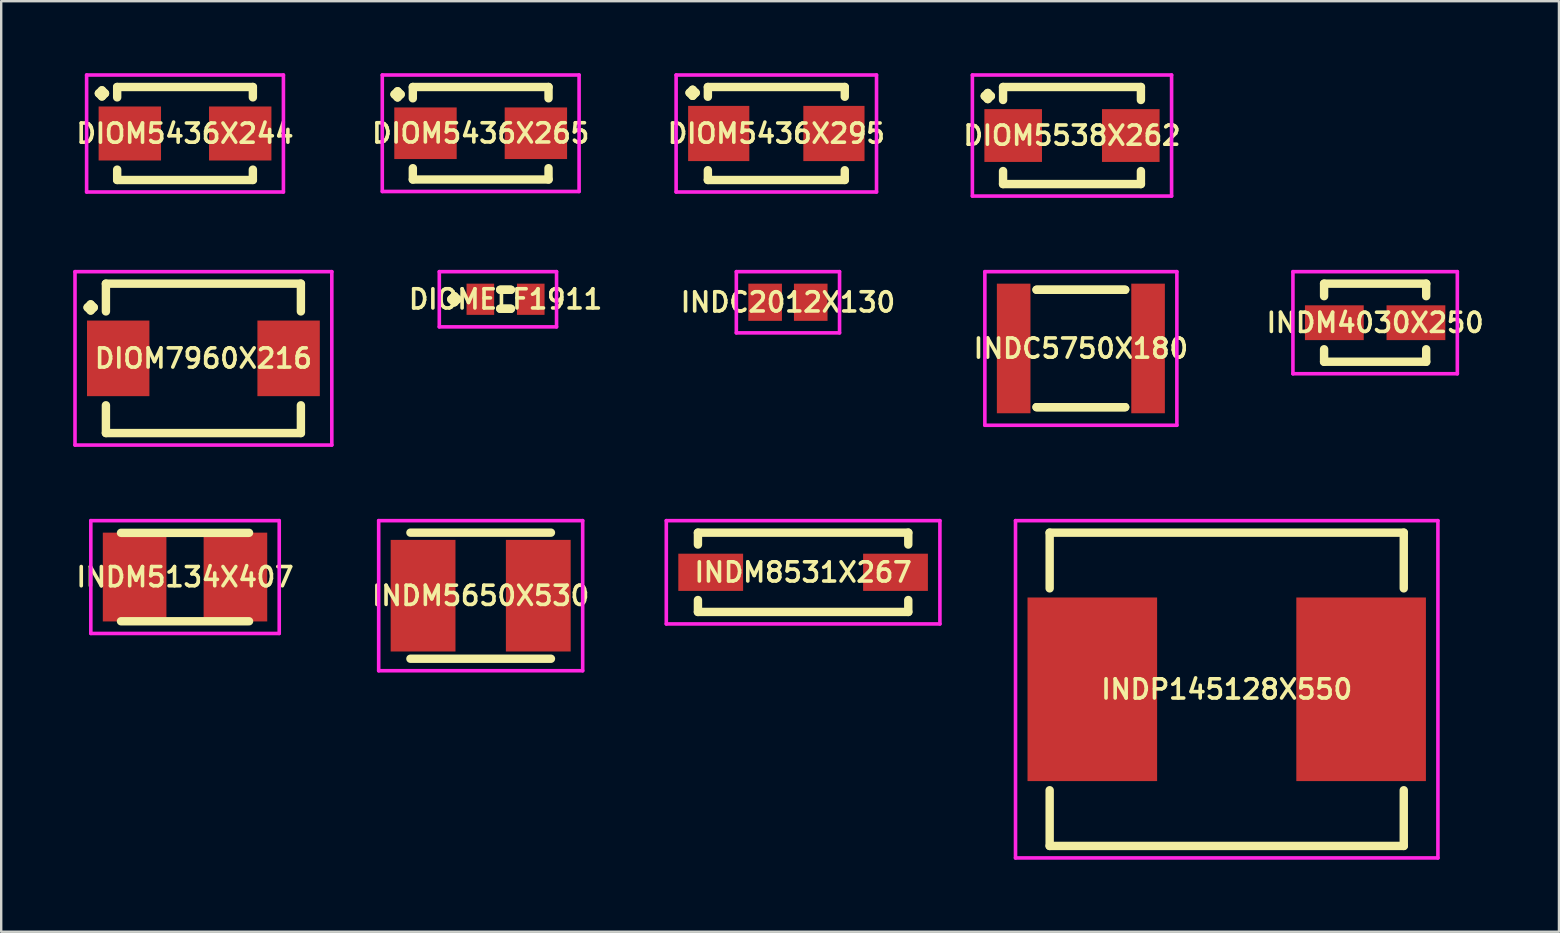
<source format=kicad_pcb>
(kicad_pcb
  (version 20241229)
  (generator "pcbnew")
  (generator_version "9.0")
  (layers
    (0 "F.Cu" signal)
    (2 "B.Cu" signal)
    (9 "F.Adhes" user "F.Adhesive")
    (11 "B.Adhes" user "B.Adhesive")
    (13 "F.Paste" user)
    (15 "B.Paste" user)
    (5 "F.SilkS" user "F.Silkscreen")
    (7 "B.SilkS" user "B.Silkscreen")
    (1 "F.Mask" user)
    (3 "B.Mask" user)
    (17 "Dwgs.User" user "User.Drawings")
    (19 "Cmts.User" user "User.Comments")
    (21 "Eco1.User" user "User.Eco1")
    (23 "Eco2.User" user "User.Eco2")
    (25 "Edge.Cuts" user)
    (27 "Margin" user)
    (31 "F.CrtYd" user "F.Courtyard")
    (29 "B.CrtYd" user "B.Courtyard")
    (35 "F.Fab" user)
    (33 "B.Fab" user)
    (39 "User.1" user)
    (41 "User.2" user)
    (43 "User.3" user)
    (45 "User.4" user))
  (footprint "DIOM5436X244"
    (layer "F.Cu")
    (at 4.659 2.512)
    (property "Reference" "DIOM5436X244" (at 0 0 0) (layer "F.SilkS") (effects (font (size 0.8 0.8) (thickness 0.15))))
    (attr smd)
    (fp_line (start -3.589 -1.671) (end -3.462 -1.798) (stroke (width 0.35) (type solid)) (layer "F.SilkS"))
    (fp_line (start -3.462 -1.798) (end -3.335 -1.671) (stroke (width 0.35) (type solid)) (layer "F.SilkS"))
    (fp_line (start -3.462 -1.544) (end -3.589 -1.671) (stroke (width 0.35) (type solid)) (layer "F.SilkS"))
    (fp_line (start -3.335 -1.671) (end -3.462 -1.544) (stroke (width 0.35) (type solid)) (layer "F.SilkS"))
    (fp_line (start -2.827 -1.937) (end 2.827 -1.937) (stroke (width 0.35) (type solid)) (layer "F.SilkS"))
    (fp_line (start -2.827 -1.506) (end -2.827 -1.937) (stroke (width 0.35) (type solid)) (layer "F.SilkS"))
    (fp_line (start -2.827 1.506) (end -2.827 1.937) (stroke (width 0.35) (type solid)) (layer "F.SilkS"))
    (fp_line (start -2.827 1.937) (end 2.827 1.937) (stroke (width 0.35) (type solid)) (layer "F.SilkS"))
    (fp_line (start 2.827 -1.937) (end 2.827 -1.506) (stroke (width 0.35) (type solid)) (layer "F.SilkS"))
    (fp_line (start 2.827 1.937) (end 2.827 1.506) (stroke (width 0.35) (type solid)) (layer "F.SilkS"))
    (fp_line (start -4.1 -2.437) (end 4.1 -2.437) (stroke (width 0.15) (type solid)) (layer "F.CrtYd"))
    (fp_line (start -4.1 2.437) (end -4.1 -2.437) (stroke (width 0.15) (type solid)) (layer "F.CrtYd"))
    (fp_line (start 4.1 -2.437) (end 4.1 2.437) (stroke (width 0.15) (type solid)) (layer "F.CrtYd"))
    (fp_line (start 4.1 2.437) (end -4.1 2.437) (stroke (width 0.15) (type solid)) (layer "F.CrtYd"))
    (pad "1" smd rect (at -2.3 0) (size 2.6 2.25) (layers "F.Cu" "F.Mask" "F.Paste"))
    (pad "2" smd rect (at 2.3 0) (size 2.6 2.25) (layers "F.Cu" "F.Mask" "F.Paste")))
  (footprint "INDM4030X250"
    (layer "F.Cu")
    (at 54.246 10.396)
    (property "Reference" "INDM4030X250" (at 0 0 0) (layer "F.SilkS") (effects (font (size 0.8 0.8) (thickness 0.15))))
    (attr through_hole)
    (fp_line (start -2.127 -1.627) (end 2.127 -1.627) (stroke (width 0.35) (type solid)) (layer "F.SilkS"))
    (fp_line (start -2.127 -1.106) (end -2.127 -1.627) (stroke (width 0.35) (type solid)) (layer "F.SilkS"))
    (fp_line (start -2.127 1.106) (end -2.127 1.627) (stroke (width 0.35) (type solid)) (layer "F.SilkS"))
    (fp_line (start -2.127 1.627) (end 2.127 1.627) (stroke (width 0.35) (type solid)) (layer "F.SilkS"))
    (fp_line (start 2.127 -1.627) (end 2.127 -1.106) (stroke (width 0.35) (type solid)) (layer "F.SilkS"))
    (fp_line (start 2.127 1.627) (end 2.127 1.106) (stroke (width 0.35) (type solid)) (layer "F.SilkS"))
    (fp_line (start -3.425 -2.127) (end 3.425 -2.127) (stroke (width 0.15) (type solid)) (layer "F.CrtYd"))
    (fp_line (start -3.425 2.127) (end -3.425 -2.127) (stroke (width 0.15) (type solid)) (layer "F.CrtYd"))
    (fp_line (start 3.425 -2.127) (end 3.425 2.127) (stroke (width 0.15) (type solid)) (layer "F.CrtYd"))
    (fp_line (start 3.425 2.127) (end -3.425 2.127) (stroke (width 0.15) (type solid)) (layer "F.CrtYd"))
    (pad "1" smd rect (at -1.7 0) (size 2.45 1.45) (layers "F.Cu" "F.Mask" "F.Paste"))
    (pad "2" smd rect (at 1.7 0) (size 2.45 1.45) (layers "F.Cu" "F.Mask" "F.Paste")))
  (footprint "INDM5134X407"
    (layer "F.Cu")
    (at 4.659 20.993)
    (property "Reference" "INDM5134X407" (at 0 0 0) (layer "F.SilkS") (effects (font (size 0.8 0.8) (thickness 0.15))))
    (attr smd)
    (fp_line (start -2.667 -1.842) (end 2.667 -1.842) (stroke (width 0.35) (type solid)) (layer "F.SilkS"))
    (fp_line (start -2.667 1.842) (end 2.667 1.842) (stroke (width 0.35) (type solid)) (layer "F.SilkS"))
    (fp_line (start -3.925 -2.35) (end 3.925 -2.35) (stroke (width 0.15) (type solid)) (layer "F.CrtYd"))
    (fp_line (start -3.925 2.35) (end -3.925 -2.35) (stroke (width 0.15) (type solid)) (layer "F.CrtYd"))
    (fp_line (start 3.925 -2.35) (end 3.925 2.35) (stroke (width 0.15) (type solid)) (layer "F.CrtYd"))
    (fp_line (start 3.925 2.35) (end -3.925 2.35) (stroke (width 0.15) (type solid)) (layer "F.CrtYd"))
    (pad "1" smd rect (at -2.1 0) (size 2.65 3.7) (layers "F.Cu" "F.Mask" "F.Paste"))
    (pad "2" smd rect (at 2.1 0) (size 2.65 3.7) (layers "F.Cu" "F.Mask" "F.Paste")))
  (footprint "INDM5650X530"
    (layer "F.Cu")
    (at 16.978 21.77)
    (property "Reference" "INDM5650X530" (at 0 0 0) (layer "F.SilkS") (effects (font (size 0.8 0.8) (thickness 0.15))))
    (attr smd)
    (fp_line (start -2.927 -2.627) (end 2.927 -2.627) (stroke (width 0.35) (type solid)) (layer "F.SilkS"))
    (fp_line (start -2.927 2.627) (end 2.927 2.627) (stroke (width 0.35) (type solid)) (layer "F.SilkS"))
    (fp_line (start -4.25 -3.127) (end 4.25 -3.127) (stroke (width 0.15) (type solid)) (layer "F.CrtYd"))
    (fp_line (start -4.25 3.127) (end -4.25 -3.127) (stroke (width 0.15) (type solid)) (layer "F.CrtYd"))
    (fp_line (start 4.25 -3.127) (end 4.25 3.127) (stroke (width 0.15) (type solid)) (layer "F.CrtYd"))
    (fp_line (start 4.25 3.127) (end -4.25 3.127) (stroke (width 0.15) (type solid)) (layer "F.CrtYd"))
    (pad "1" smd rect (at -2.4 0) (size 2.7 4.65) (layers "F.Cu" "F.Mask" "F.Paste"))
    (pad "2" smd rect (at 2.4 0) (size 2.7 4.65) (layers "F.Cu" "F.Mask" "F.Paste")))
  (footprint "INDP145128X550"
    (layer "F.Cu")
    (at 48.062 25.67)
    (property "Reference" "INDP145128X550" (at 0 0 0) (layer "F.SilkS") (effects (font (size 0.8 0.8) (thickness 0.15))))
    (attr through_hole)
    (fp_line (start -7.377 -6.527) (end 7.377 -6.527) (stroke (width 0.35) (type solid)) (layer "F.SilkS"))
    (fp_line (start -7.377 -4.206) (end -7.377 -6.527) (stroke (width 0.35) (type solid)) (layer "F.SilkS"))
    (fp_line (start -7.377 4.206) (end -7.377 6.527) (stroke (width 0.35) (type solid)) (layer "F.SilkS"))
    (fp_line (start -7.377 6.527) (end 7.377 6.527) (stroke (width 0.35) (type solid)) (layer "F.SilkS"))
    (fp_line (start 7.377 -6.527) (end 7.377 -4.206) (stroke (width 0.35) (type solid)) (layer "F.SilkS"))
    (fp_line (start 7.377 6.527) (end 7.377 4.206) (stroke (width 0.35) (type solid)) (layer "F.SilkS"))
    (fp_line (start -8.8 -7.027) (end 8.8 -7.027) (stroke (width 0.15) (type solid)) (layer "F.CrtYd"))
    (fp_line (start -8.8 7.027) (end -8.8 -7.027) (stroke (width 0.15) (type solid)) (layer "F.CrtYd"))
    (fp_line (start 8.8 -7.027) (end 8.8 7.027) (stroke (width 0.15) (type solid)) (layer "F.CrtYd"))
    (fp_line (start 8.8 7.027) (end -8.8 7.027) (stroke (width 0.15) (type solid)) (layer "F.CrtYd"))
    (pad "1" smd rect (at -5.6 0) (size 5.4 7.65) (layers "F.Cu" "F.Mask" "F.Paste"))
    (pad "2" smd rect (at 5.6 0) (size 5.4 7.65) (layers "F.Cu" "F.Mask" "F.Paste")))
  (footprint "DIOM7960X216"
    (layer "F.Cu")
    (at 5.425 11.881)
    (property "Reference" "DIOM7960X216" (at 0 0 0) (layer "F.SilkS") (effects (font (size 0.8 0.8) (thickness 0.15))))
    (attr smd)
    (fp_line (start -4.824 -2.121) (end -4.697 -2.248) (stroke (width 0.35) (type solid)) (layer "F.SilkS"))
    (fp_line (start -4.697 -2.248) (end -4.57 -2.121) (stroke (width 0.35) (type solid)) (layer "F.SilkS"))
    (fp_line (start -4.697 -1.994) (end -4.824 -2.121) (stroke (width 0.35) (type solid)) (layer "F.SilkS"))
    (fp_line (start -4.57 -2.121) (end -4.697 -1.994) (stroke (width 0.35) (type solid)) (layer "F.SilkS"))
    (fp_line (start -4.062 -3.112) (end 4.062 -3.112) (stroke (width 0.35) (type solid)) (layer "F.SilkS"))
    (fp_line (start -4.062 -1.956) (end -4.062 -3.112) (stroke (width 0.35) (type solid)) (layer "F.SilkS"))
    (fp_line (start -4.062 1.956) (end -4.062 3.112) (stroke (width 0.35) (type solid)) (layer "F.SilkS"))
    (fp_line (start -4.062 3.112) (end 4.062 3.112) (stroke (width 0.35) (type solid)) (layer "F.SilkS"))
    (fp_line (start 4.062 -3.112) (end 4.062 -1.956) (stroke (width 0.35) (type solid)) (layer "F.SilkS"))
    (fp_line (start 4.062 3.112) (end 4.062 1.956) (stroke (width 0.35) (type solid)) (layer "F.SilkS"))
    (fp_line (start -5.35 -3.612) (end 5.35 -3.612) (stroke (width 0.15) (type solid)) (layer "F.CrtYd"))
    (fp_line (start -5.35 3.612) (end -5.35 -3.612) (stroke (width 0.15) (type solid)) (layer "F.CrtYd"))
    (fp_line (start 5.35 -3.612) (end 5.35 3.612) (stroke (width 0.15) (type solid)) (layer "F.CrtYd"))
    (fp_line (start 5.35 3.612) (end -5.35 3.612) (stroke (width 0.15) (type solid)) (layer "F.CrtYd"))
    (pad "1" smd rect (at -3.55 0) (size 2.6 3.15) (layers "F.Cu" "F.Mask" "F.Paste"))
    (pad "2" smd rect (at 3.55 0) (size 2.6 3.15) (layers "F.Cu" "F.Mask" "F.Paste")))
  (footprint "INDM8531X267"
    (layer "F.Cu")
    (at 30.412 20.795)
    (property "Reference" "INDM8531X267" (at 0 0 0) (layer "F.SilkS") (effects (font (size 0.8 0.8) (thickness 0.15))))
    (attr smd)
    (fp_line (start -4.382 -1.652) (end 4.382 -1.652) (stroke (width 0.35) (type solid)) (layer "F.SilkS"))
    (fp_line (start -4.382 -1.156) (end -4.382 -1.652) (stroke (width 0.35) (type solid)) (layer "F.SilkS"))
    (fp_line (start -4.382 1.156) (end -4.382 1.652) (stroke (width 0.35) (type solid)) (layer "F.SilkS"))
    (fp_line (start -4.382 1.652) (end 4.382 1.652) (stroke (width 0.35) (type solid)) (layer "F.SilkS"))
    (fp_line (start 4.382 -1.652) (end 4.382 -1.156) (stroke (width 0.35) (type solid)) (layer "F.SilkS"))
    (fp_line (start 4.382 1.652) (end 4.382 1.156) (stroke (width 0.35) (type solid)) (layer "F.SilkS"))
    (fp_line (start -5.7 -2.152) (end 5.7 -2.152) (stroke (width 0.15) (type solid)) (layer "F.CrtYd"))
    (fp_line (start -5.7 2.152) (end -5.7 -2.152) (stroke (width 0.15) (type solid)) (layer "F.CrtYd"))
    (fp_line (start 5.7 -2.152) (end 5.7 2.152) (stroke (width 0.15) (type solid)) (layer "F.CrtYd"))
    (fp_line (start 5.7 2.152) (end -5.7 2.152) (stroke (width 0.15) (type solid)) (layer "F.CrtYd"))
    (pad "1" smd rect (at -3.85 0) (size 2.7 1.55) (layers "F.Cu" "F.Mask" "F.Paste"))
    (pad "2" smd rect (at 3.85 0) (size 2.7 1.55) (layers "F.Cu" "F.Mask" "F.Paste")))
  (footprint "DIOMELF1911"
    (layer "F.Cu")
    (at 18.014 9.419)
    (property "Reference" "DIOMELF1911" (at 0 0 0) (layer "F.SilkS") (effects (font (size 0.8 0.8) (thickness 0.15))))
    (attr smd)
    (fp_line (start -2.26 0) (end -2.133 -0.127) (stroke (width 0.35) (type solid)) (layer "F.SilkS"))
    (fp_line (start -2.133 -0.127) (end -2.006 0) (stroke (width 0.35) (type solid)) (layer "F.SilkS"))
    (fp_line (start -2.133 0.127) (end -2.26 0) (stroke (width 0.35) (type solid)) (layer "F.SilkS"))
    (fp_line (start -2.006 0) (end -2.133 0.127) (stroke (width 0.35) (type solid)) (layer "F.SilkS"))
    (fp_line (start -0.221 -0.396) (end 0.221 -0.396) (stroke (width 0.35) (type solid)) (layer "F.SilkS"))
    (fp_line (start -0.221 0.396) (end 0.221 0.396) (stroke (width 0.35) (type solid)) (layer "F.SilkS"))
    (fp_line (start 0.221 -0.396) (end -0.221 -0.396) (stroke (width 0.35) (type solid)) (layer "F.SilkS"))
    (fp_line (start 0.221 0.396) (end -0.221 0.396) (stroke (width 0.35) (type solid)) (layer "F.SilkS"))
    (fp_line (start -2.76 -1.15) (end 2.125 -1.15) (stroke (width 0.15) (type solid)) (layer "F.CrtYd"))
    (fp_line (start -2.76 1.15) (end -2.76 -1.15) (stroke (width 0.15) (type solid)) (layer "F.CrtYd"))
    (fp_line (start 2.125 -1.15) (end 2.125 1.15) (stroke (width 0.15) (type solid)) (layer "F.CrtYd"))
    (fp_line (start 2.125 1.15) (end -2.76 1.15) (stroke (width 0.15) (type solid)) (layer "F.CrtYd"))
    (pad "1" smd rect (at -1.05 0) (size 1.15 1.3) (layers "F.Cu" "F.Mask" "F.Paste"))
    (pad "2" smd rect (at 1.05 0) (size 1.15 1.3) (layers "F.Cu" "F.Mask" "F.Paste")))
  (footprint "INDC5750X180"
    (layer "F.Cu")
    (at 41.985 11.469)
    (property "Reference" "INDC5750X180" (at 0 0 0) (layer "F.SilkS") (effects (font (size 0.8 0.8) (thickness 0.15))))
    (attr through_hole)
    (fp_line (start -1.846 -2.446) (end 1.846 -2.446) (stroke (width 0.35) (type solid)) (layer "F.SilkS"))
    (fp_line (start -1.846 2.446) (end 1.846 2.446) (stroke (width 0.35) (type solid)) (layer "F.SilkS"))
    (fp_line (start 1.846 -2.446) (end -1.846 -2.446) (stroke (width 0.35) (type solid)) (layer "F.SilkS"))
    (fp_line (start 1.846 2.446) (end -1.846 2.446) (stroke (width 0.35) (type solid)) (layer "F.SilkS"))
    (fp_line (start -4 -3.2) (end 4 -3.2) (stroke (width 0.15) (type solid)) (layer "F.CrtYd"))
    (fp_line (start -4 3.2) (end -4 -3.2) (stroke (width 0.15) (type solid)) (layer "F.CrtYd"))
    (fp_line (start 4 -3.2) (end 4 3.2) (stroke (width 0.15) (type solid)) (layer "F.CrtYd"))
    (fp_line (start 4 3.2) (end -4 3.2) (stroke (width 0.15) (type solid)) (layer "F.CrtYd"))
    (pad "1" smd rect (at -2.8 0) (size 1.4 5.4) (layers "F.Cu" "F.Mask" "F.Paste"))
    (pad "2" smd rect (at 2.8 0) (size 1.4 5.4) (layers "F.Cu" "F.Mask" "F.Paste")))
  (footprint "DIOM5436X295"
    (layer "F.Cu")
    (at 29.296 2.512)
    (property "Reference" "DIOM5436X295" (at 0 0 0) (layer "F.SilkS") (effects (font (size 0.8 0.8) (thickness 0.15))))
    (attr smd)
    (fp_line (start -3.614 -1.696) (end -3.487 -1.823) (stroke (width 0.35) (type solid)) (layer "F.SilkS"))
    (fp_line (start -3.487 -1.823) (end -3.36 -1.696) (stroke (width 0.35) (type solid)) (layer "F.SilkS"))
    (fp_line (start -3.487 -1.569) (end -3.614 -1.696) (stroke (width 0.35) (type solid)) (layer "F.SilkS"))
    (fp_line (start -3.36 -1.696) (end -3.487 -1.569) (stroke (width 0.35) (type solid)) (layer "F.SilkS"))
    (fp_line (start -2.852 -1.937) (end 2.852 -1.937) (stroke (width 0.35) (type solid)) (layer "F.SilkS"))
    (fp_line (start -2.852 -1.531) (end -2.852 -1.937) (stroke (width 0.35) (type solid)) (layer "F.SilkS"))
    (fp_line (start -2.852 1.531) (end -2.852 1.937) (stroke (width 0.35) (type solid)) (layer "F.SilkS"))
    (fp_line (start -2.852 1.937) (end 2.852 1.937) (stroke (width 0.35) (type solid)) (layer "F.SilkS"))
    (fp_line (start 2.852 -1.937) (end 2.852 -1.531) (stroke (width 0.35) (type solid)) (layer "F.SilkS"))
    (fp_line (start 2.852 1.937) (end 2.852 1.531) (stroke (width 0.35) (type solid)) (layer "F.SilkS"))
    (fp_line (start -4.175 -2.437) (end 4.175 -2.437) (stroke (width 0.15) (type solid)) (layer "F.CrtYd"))
    (fp_line (start -4.175 2.437) (end -4.175 -2.437) (stroke (width 0.15) (type solid)) (layer "F.CrtYd"))
    (fp_line (start 4.175 -2.437) (end 4.175 2.437) (stroke (width 0.15) (type solid)) (layer "F.CrtYd"))
    (fp_line (start 4.175 2.437) (end -4.175 2.437) (stroke (width 0.15) (type solid)) (layer "F.CrtYd"))
    (pad "1" smd rect (at -2.4 0) (size 2.55 2.3) (layers "F.Cu" "F.Mask" "F.Paste"))
    (pad "2" smd rect (at 2.4 0) (size 2.55 2.3) (layers "F.Cu" "F.Mask" "F.Paste")))
  (footprint "DIOM5538X262"
    (layer "F.Cu")
    (at 41.615 2.597)
    (property "Reference" "DIOM5538X262" (at 0 0 0) (layer "F.SilkS") (effects (font (size 0.8 0.8) (thickness 0.15))))
    (attr through_hole)
    (fp_line (start -3.634 -1.646) (end -3.507 -1.773) (stroke (width 0.35) (type solid)) (layer "F.SilkS"))
    (fp_line (start -3.507 -1.773) (end -3.38 -1.646) (stroke (width 0.35) (type solid)) (layer "F.SilkS"))
    (fp_line (start -3.507 -1.519) (end -3.634 -1.646) (stroke (width 0.35) (type solid)) (layer "F.SilkS"))
    (fp_line (start -3.38 -1.646) (end -3.507 -1.519) (stroke (width 0.35) (type solid)) (layer "F.SilkS"))
    (fp_line (start -2.872 -2.022) (end 2.872 -2.022) (stroke (width 0.35) (type solid)) (layer "F.SilkS"))
    (fp_line (start -2.872 -1.481) (end -2.872 -2.022) (stroke (width 0.35) (type solid)) (layer "F.SilkS"))
    (fp_line (start -2.872 1.481) (end -2.872 2.022) (stroke (width 0.35) (type solid)) (layer "F.SilkS"))
    (fp_line (start -2.872 2.022) (end 2.872 2.022) (stroke (width 0.35) (type solid)) (layer "F.SilkS"))
    (fp_line (start 2.872 -2.022) (end 2.872 -1.481) (stroke (width 0.35) (type solid)) (layer "F.SilkS"))
    (fp_line (start 2.872 2.022) (end 2.872 1.481) (stroke (width 0.35) (type solid)) (layer "F.SilkS"))
    (fp_line (start -4.15 -2.522) (end 4.15 -2.522) (stroke (width 0.15) (type solid)) (layer "F.CrtYd"))
    (fp_line (start -4.15 2.522) (end -4.15 -2.522) (stroke (width 0.15) (type solid)) (layer "F.CrtYd"))
    (fp_line (start 4.15 -2.522) (end 4.15 2.522) (stroke (width 0.15) (type solid)) (layer "F.CrtYd"))
    (fp_line (start 4.15 2.522) (end -4.15 2.522) (stroke (width 0.15) (type solid)) (layer "F.CrtYd"))
    (pad "1" smd rect (at -2.45 0) (size 2.4 2.2) (layers "F.Cu" "F.Mask" "F.Paste"))
    (pad "2" smd rect (at 2.45 0) (size 2.4 2.2) (layers "F.Cu" "F.Mask" "F.Paste")))
  (footprint "DIOM5436X265"
    (layer "F.Cu")
    (at 16.978 2.502)
    (property "Reference" "DIOM5436X265" (at 0 0 0) (layer "F.SilkS") (effects (font (size 0.8 0.8) (thickness 0.15))))
    (attr smd)
    (fp_line (start -3.589 -1.621) (end -3.462 -1.748) (stroke (width 0.35) (type solid)) (layer "F.SilkS"))
    (fp_line (start -3.462 -1.748) (end -3.335 -1.621) (stroke (width 0.35) (type solid)) (layer "F.SilkS"))
    (fp_line (start -3.462 -1.494) (end -3.589 -1.621) (stroke (width 0.35) (type solid)) (layer "F.SilkS"))
    (fp_line (start -3.335 -1.621) (end -3.462 -1.494) (stroke (width 0.35) (type solid)) (layer "F.SilkS"))
    (fp_line (start -2.827 -1.927) (end 2.827 -1.927) (stroke (width 0.35) (type solid)) (layer "F.SilkS"))
    (fp_line (start -2.827 -1.456) (end -2.827 -1.927) (stroke (width 0.35) (type solid)) (layer "F.SilkS"))
    (fp_line (start -2.827 1.456) (end -2.827 1.927) (stroke (width 0.35) (type solid)) (layer "F.SilkS"))
    (fp_line (start -2.827 1.927) (end 2.827 1.927) (stroke (width 0.35) (type solid)) (layer "F.SilkS"))
    (fp_line (start 2.827 -1.927) (end 2.827 -1.456) (stroke (width 0.35) (type solid)) (layer "F.SilkS"))
    (fp_line (start 2.827 1.927) (end 2.827 1.456) (stroke (width 0.35) (type solid)) (layer "F.SilkS"))
    (fp_line (start -4.1 -2.427) (end 4.1 -2.427) (stroke (width 0.15) (type solid)) (layer "F.CrtYd"))
    (fp_line (start -4.1 2.427) (end -4.1 -2.427) (stroke (width 0.15) (type solid)) (layer "F.CrtYd"))
    (fp_line (start 4.1 -2.427) (end 4.1 2.427) (stroke (width 0.15) (type solid)) (layer "F.CrtYd"))
    (fp_line (start 4.1 2.427) (end -4.1 2.427) (stroke (width 0.15) (type solid)) (layer "F.CrtYd"))
    (pad "1" smd rect (at -2.3 0) (size 2.6 2.15) (layers "F.Cu" "F.Mask" "F.Paste"))
    (pad "2" smd rect (at 2.3 0) (size 2.6 2.15) (layers "F.Cu" "F.Mask" "F.Paste")))
  (footprint "INDC2012X130"
    (layer "F.Cu")
    (at 29.78 9.544)
    (property "Reference" "INDC2012X130" (at 0 0 0) (layer "F.SilkS") (effects (font (size 0.8 0.8) (thickness 0.15))))
    (attr smd)
    (fp_line (start -2.15 -1.275) (end 2.15 -1.275) (stroke (width 0.15) (type solid)) (layer "F.CrtYd"))
    (fp_line (start -2.15 1.275) (end -2.15 -1.275) (stroke (width 0.15) (type solid)) (layer "F.CrtYd"))
    (fp_line (start 2.15 -1.275) (end 2.15 1.275) (stroke (width 0.15) (type solid)) (layer "F.CrtYd"))
    (fp_line (start 2.15 1.275) (end -2.15 1.275) (stroke (width 0.15) (type solid)) (layer "F.CrtYd"))
    (pad "1" smd rect (at -0.95 0) (size 1.4 1.55) (layers "F.Cu" "F.Mask" "F.Paste"))
    (pad "2" smd rect (at 0.95 0) (size 1.4 1.55) (layers "F.Cu" "F.Mask" "F.Paste")))
  (gr_rect
    (start -3 -3)
    (end 61.905 35.772)
    (stroke (width 0.1) (type default))
    (fill no)
    (layer "Edge.Cuts")))
</source>
